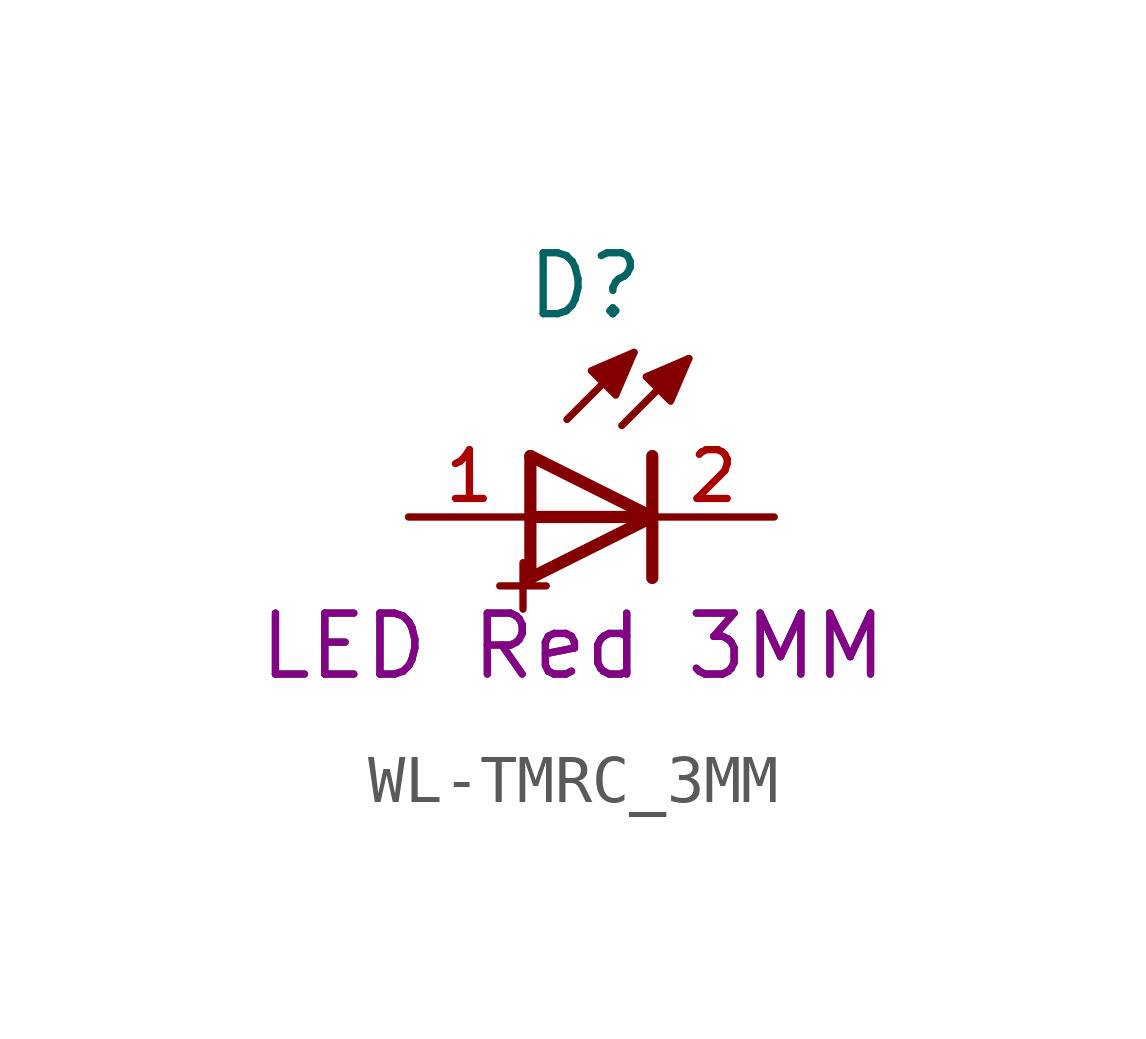
<source format=kicad_sym>
(kicad_symbol_lib
  (version 20241209)
  (generator "kicad_symbol_editor")
  (generator_version "9.0")
  (symbol "WL-TMRC_3MM"
    (pin_names
      (offset 1.016))
    (property "Reference" "D"
      (at -1.396 4.072 0)
      (effects (font (size 1.27 1.27)) (justify bottom)))
    (property "Value" "LED Red 3MM"
      (at -1.652 -3.436 0)
      (effects (font (size 1.27 1.27)) (justify bottom)))
    (property "Description" "LED Red 3MM"
      (at -1.652 -3.436 0)
      (effects (font (size 1.27 1.27)) (justify bottom)))
    (symbol "WL-TMRC_3MM_0_0"
      (polyline (pts (xy -2.54 -1.27) (xy -2.54 1.27)) (stroke (width 0.254) (type default)) (fill (type none)))
      (polyline (pts (xy -2.54 -1.27) (xy 0 0)) (stroke (width 0.254) (type default)) (fill (type none)))
      (polyline (pts (xy -1.778 2.032) (xy -0.381 3.429)) (stroke (width 0.152) (type default)) (fill (type none)))
      (polyline (pts (xy -0.635 1.905) (xy 0.762 3.302)) (stroke (width 0.152) (type default)) (fill (type none)))
      (polyline (pts (xy -0.381 3.429) (xy -1.27 3.048) (xy -0.762 2.54) (xy -0.381 3.429)) (stroke (width 0.152) (type default)) (fill (type outline)))
      (polyline (pts (xy 0 0) (xy -2.54 1.27)) (stroke (width 0.254) (type default)) (fill (type none)))
      (polyline (pts (xy 0 0) (xy -2.54 0)) (stroke (width 0.254) (type default)) (fill (type none)))
      (polyline (pts (xy 0 -1.27) (xy 0 1.27)) (stroke (width 0.254) (type default)) (fill (type none)))
      (polyline (pts (xy 0.762 3.302) (xy -0.127 2.921) (xy 0.381 2.413) (xy 0.762 3.302)) (stroke (width 0.152) (type default)) (fill (type outline)))
      (text "+" (at -3.58 -1.34 0) (effects (font (size 1.27 1.27)) (justify left)))
      (pin passive line (at -5.08 0 0) (length 2.54) (name "~" (effects (font (size 1.016 1.016)))) (number "1" (effects (font (size 1.016 1.016)))))
      (pin passive line (at 2.54 0 180) (length 2.54) (name "~" (effects (font (size 1.016 1.016)))) (number "2" (effects (font (size 1.016 1.016))))))))
</source>
